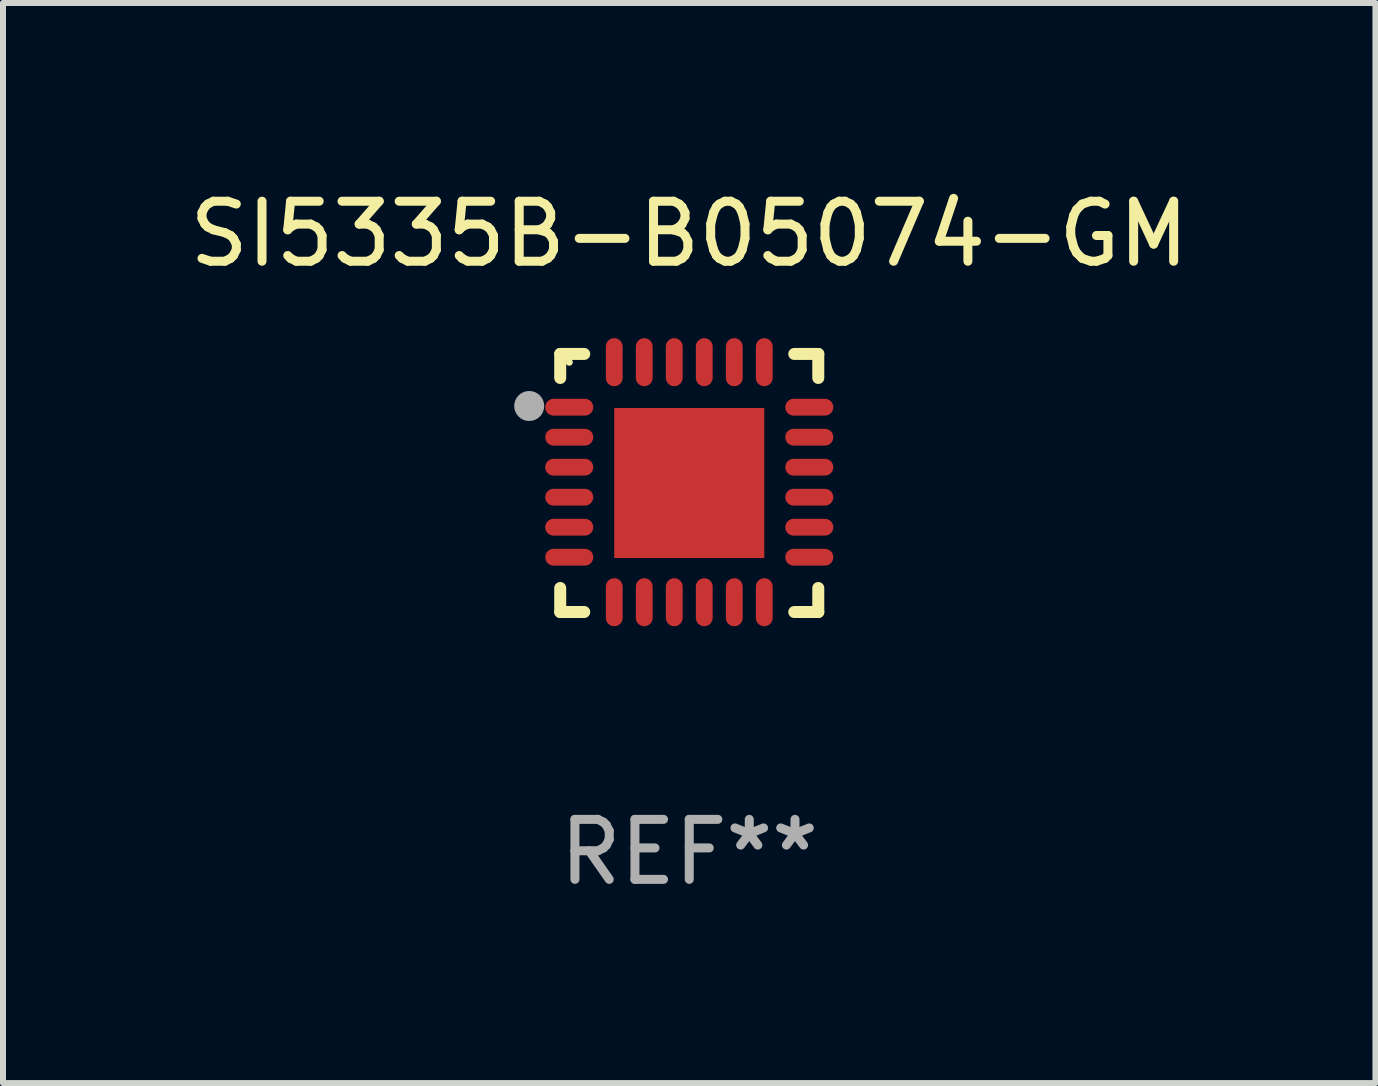
<source format=kicad_pcb>
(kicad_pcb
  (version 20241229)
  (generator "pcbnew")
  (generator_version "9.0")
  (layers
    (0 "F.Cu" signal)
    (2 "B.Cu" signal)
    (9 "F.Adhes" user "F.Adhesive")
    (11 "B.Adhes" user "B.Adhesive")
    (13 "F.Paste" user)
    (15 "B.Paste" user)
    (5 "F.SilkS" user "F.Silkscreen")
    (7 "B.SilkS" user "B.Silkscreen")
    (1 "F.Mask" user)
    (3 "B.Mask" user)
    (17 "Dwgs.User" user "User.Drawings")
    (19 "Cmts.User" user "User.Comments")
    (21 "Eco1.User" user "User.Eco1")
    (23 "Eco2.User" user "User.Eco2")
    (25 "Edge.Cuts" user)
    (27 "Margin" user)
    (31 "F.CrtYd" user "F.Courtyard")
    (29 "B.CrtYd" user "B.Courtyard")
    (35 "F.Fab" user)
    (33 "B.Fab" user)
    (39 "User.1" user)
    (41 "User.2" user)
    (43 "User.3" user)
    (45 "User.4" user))
  (footprint "SI5335B-B05074-GM"
    (layer "F.Cu")
    (at 8.435 4.998)
    (property "Reference" "SI5335B-B05074-GM" (at 0 -4.15 0) (layer "F.SilkS") (effects (font (size 1 1) (thickness 0.15))))
    (attr through_hole)
    (fp_line (start -2.15 -2.15) (end -1.75 -2.15) (stroke (width 0.2) (type solid)) (layer "F.SilkS"))
    (fp_line (start -2.15 -1.75) (end -2.15 -2.15) (stroke (width 0.2) (type solid)) (layer "F.SilkS"))
    (fp_line (start -2.15 2.15) (end -2.15 1.75) (stroke (width 0.2) (type solid)) (layer "F.SilkS"))
    (fp_line (start -1.75 2.15) (end -2.15 2.15) (stroke (width 0.2) (type solid)) (layer "F.SilkS"))
    (fp_line (start 1.75 -2.15) (end 2.15 -2.15) (stroke (width 0.2) (type solid)) (layer "F.SilkS"))
    (fp_line (start 1.75 2.15) (end 2.15 2.15) (stroke (width 0.2) (type solid)) (layer "F.SilkS"))
    (fp_line (start 2.15 -2.15) (end 2.15 -1.75) (stroke (width 0.2) (type solid)) (layer "F.SilkS"))
    (fp_line (start 2.15 2.15) (end 2.15 1.75) (stroke (width 0.2) (type solid)) (layer "F.SilkS"))
    (fp_circle (center -2 -2.013) (end -1.97 -2.013) (stroke (width 0.06) (type solid)) (fill no) (layer "F.SilkS"))
    (fp_circle (center -2.667 -1.283) (end -2.542 -1.283) (stroke (width 0.25) (type solid)) (fill no) (layer "F.Fab"))
    (fp_text user "REF**" (at 0 6.15 0) (layer "F.Fab") (effects (font (size 1 1) (thickness 0.15))))
    (pad "1" smd oval (at -2 -1.263) (size 0.8 0.28) (layers "F.Cu" "F.Mask" "F.Paste"))
    (pad "2" smd oval (at -2 -0.763) (size 0.8 0.28) (layers "F.Cu" "F.Mask" "F.Paste"))
    (pad "3" smd oval (at -2 -0.263) (size 0.8 0.28) (layers "F.Cu" "F.Mask" "F.Paste"))
    (pad "4" smd oval (at -2 0.237) (size 0.8 0.28) (layers "F.Cu" "F.Mask" "F.Paste"))
    (pad "5" smd oval (at -2 0.737) (size 0.8 0.28) (layers "F.Cu" "F.Mask" "F.Paste"))
    (pad "6" smd oval (at -2 1.237) (size 0.8 0.28) (layers "F.Cu" "F.Mask" "F.Paste"))
    (pad "7" smd oval (at -1.25 1.987) (size 0.28 0.8) (layers "F.Cu" "F.Mask" "F.Paste"))
    (pad "8" smd oval (at -0.75 1.987) (size 0.28 0.8) (layers "F.Cu" "F.Mask" "F.Paste"))
    (pad "9" smd oval (at -0.25 1.987) (size 0.28 0.8) (layers "F.Cu" "F.Mask" "F.Paste"))
    (pad "10" smd oval (at 0.25 1.987) (size 0.28 0.8) (layers "F.Cu" "F.Mask" "F.Paste"))
    (pad "11" smd oval (at 0.75 1.987) (size 0.28 0.8) (layers "F.Cu" "F.Mask" "F.Paste"))
    (pad "12" smd oval (at 1.25 1.987) (size 0.28 0.8) (layers "F.Cu" "F.Mask" "F.Paste"))
    (pad "13" smd oval (at 2 1.237) (size 0.8 0.28) (layers "F.Cu" "F.Mask" "F.Paste"))
    (pad "14" smd oval (at 2 0.737) (size 0.8 0.28) (layers "F.Cu" "F.Mask" "F.Paste"))
    (pad "15" smd oval (at 2 0.237) (size 0.8 0.28) (layers "F.Cu" "F.Mask" "F.Paste"))
    (pad "16" smd oval (at 2 -0.263) (size 0.8 0.28) (layers "F.Cu" "F.Mask" "F.Paste"))
    (pad "17" smd oval (at 2 -0.763) (size 0.8 0.28) (layers "F.Cu" "F.Mask" "F.Paste"))
    (pad "18" smd oval (at 2 -1.263) (size 0.8 0.28) (layers "F.Cu" "F.Mask" "F.Paste"))
    (pad "19" smd oval (at 1.25 -2.013) (size 0.28 0.8) (layers "F.Cu" "F.Mask" "F.Paste"))
    (pad "20" smd oval (at 0.75 -2.013) (size 0.28 0.8) (layers "F.Cu" "F.Mask" "F.Paste"))
    (pad "21" smd oval (at 0.25 -2.013) (size 0.28 0.8) (layers "F.Cu" "F.Mask" "F.Paste"))
    (pad "22" smd oval (at -0.25 -2.013) (size 0.28 0.8) (layers "F.Cu" "F.Mask" "F.Paste"))
    (pad "23" smd oval (at -0.75 -2.013) (size 0.28 0.8) (layers "F.Cu" "F.Mask" "F.Paste"))
    (pad "24" smd oval (at -1.25 -2.013) (size 0.28 0.8) (layers "F.Cu" "F.Mask" "F.Paste"))
    (pad "25" smd rect (at -0.000127 -0.00014) (size 2.5 2.5) (layers "F.Cu" "F.Mask" "F.Paste")))
  (gr_rect
    (start -3 -3)
    (end 19.869 14.997)
    (stroke (width 0.1) (type default))
    (fill no)
    (layer "Edge.Cuts")))
</source>
